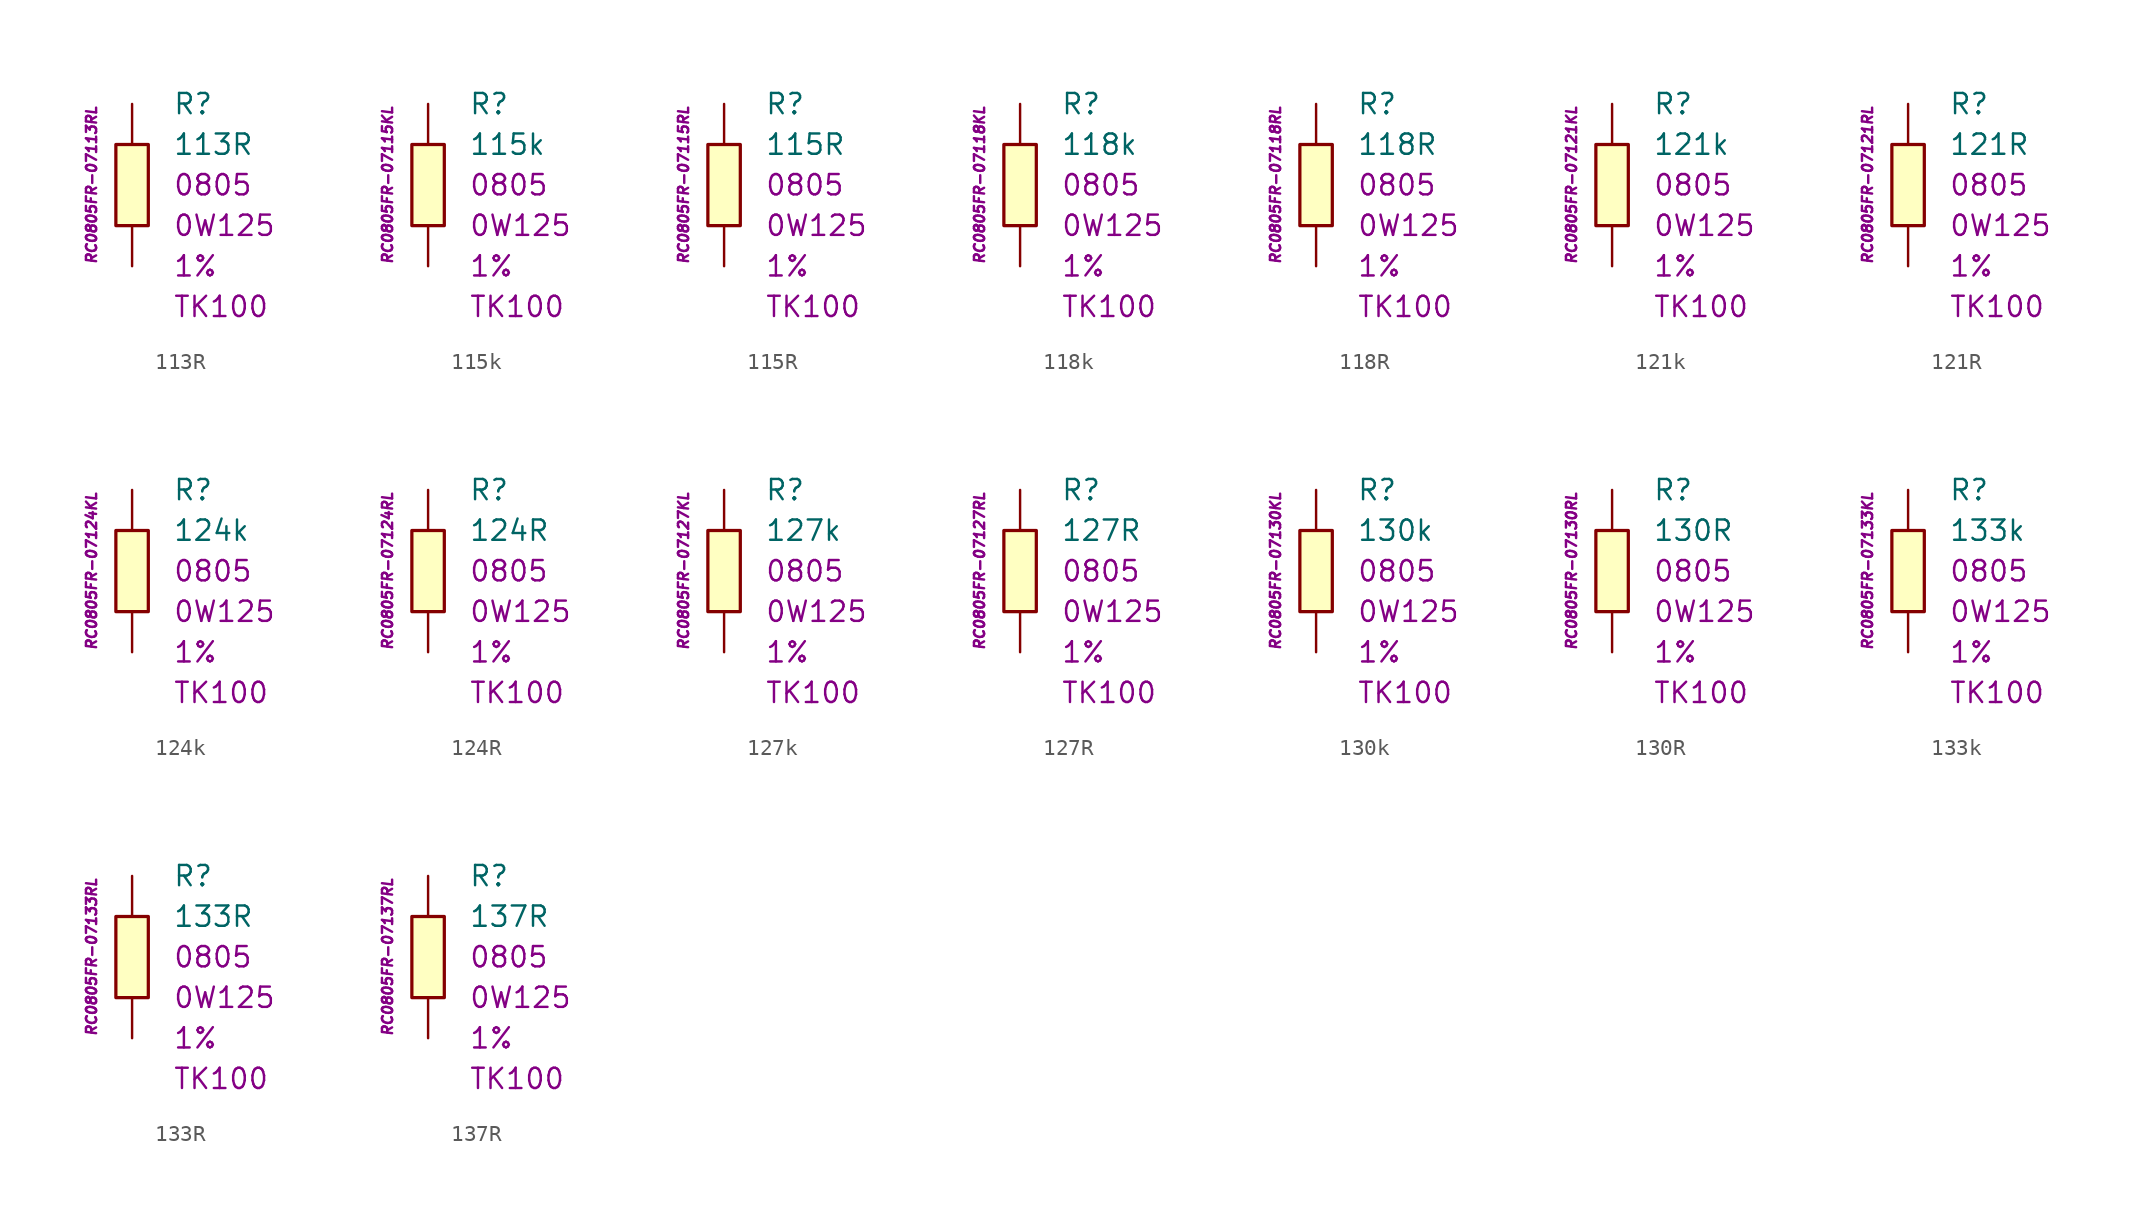
<source format=kicad_sym>
(kicad_symbol_lib
  (version 20201005)
  (generator kicad_symbol_editor)
  (symbol "113R"
    (pin_numbers hide)
    (pin_names
      (offset 1.016) hide)
    (property "Reference" "R"
      (at 2.54 5.08 0)
      (effects (font (size 1.27 1.27)) (justify left)))
    (property "Value" "113R"
      (at 2.54 2.54 0)
      (effects (font (size 1.27 1.27)) (justify left)))
    (property "Package" "0805"
      (at 2.54 0 0)
      (effects (font (size 1.27 1.27)) (justify left)))
    (property "Power" "0W125"
      (at 2.54 -2.54 0)
      (effects (font (size 1.27 1.27)) (justify left)))
    (property "Tolerance" "1%"
      (at 2.54 -5.08 0)
      (effects (font (size 1.27 1.27)) (justify left)))
    (property "TK" "TK100"
      (at 2.54 -7.62 0)
      (effects (font (size 1.27 1.27)) (justify left)))
    (property "ID" "RC0805FR-07113RL"
      (at -2.54 0 90)
      (effects (font (size 0.635 0.635) italic)))
    (symbol "113R_0_1"
      (rectangle (start -1.016 2.54) (end 1.016 -2.54) (stroke (width 0.203)) (fill (type background))))
    (symbol "113R_1_1"
      (pin passive line (at 0 5.08 270) (length 2.54) (name "~" (effects (font (size 1.778 1.778)))) (number "1" (effects (font (size 1.778 1.778)))))
      (pin passive line (at 0 -5.08 90) (length 2.54) (name "~" (effects (font (size 1.778 1.778)))) (number "2" (effects (font (size 1.778 1.778)))))))
  (symbol "115k"
    (pin_numbers hide)
    (pin_names
      (offset 1.016) hide)
    (property "Reference" "R"
      (at 2.54 5.08 0)
      (effects (font (size 1.27 1.27)) (justify left)))
    (property "Value" "115k"
      (at 2.54 2.54 0)
      (effects (font (size 1.27 1.27)) (justify left)))
    (property "Package" "0805"
      (at 2.54 0 0)
      (effects (font (size 1.27 1.27)) (justify left)))
    (property "Power" "0W125"
      (at 2.54 -2.54 0)
      (effects (font (size 1.27 1.27)) (justify left)))
    (property "Tolerance" "1%"
      (at 2.54 -5.08 0)
      (effects (font (size 1.27 1.27)) (justify left)))
    (property "TK" "TK100"
      (at 2.54 -7.62 0)
      (effects (font (size 1.27 1.27)) (justify left)))
    (property "ID" "RC0805FR-07115KL"
      (at -2.54 0 90)
      (effects (font (size 0.635 0.635) italic)))
    (symbol "115k_0_1"
      (rectangle (start -1.016 2.54) (end 1.016 -2.54) (stroke (width 0.203)) (fill (type background))))
    (symbol "115k_1_1"
      (pin passive line (at 0 5.08 270) (length 2.54) (name "~" (effects (font (size 1.778 1.778)))) (number "1" (effects (font (size 1.778 1.778)))))
      (pin passive line (at 0 -5.08 90) (length 2.54) (name "~" (effects (font (size 1.778 1.778)))) (number "2" (effects (font (size 1.778 1.778)))))))
  (symbol "115R"
    (pin_numbers hide)
    (pin_names
      (offset 1.016) hide)
    (property "Reference" "R"
      (at 2.54 5.08 0)
      (effects (font (size 1.27 1.27)) (justify left)))
    (property "Value" "115R"
      (at 2.54 2.54 0)
      (effects (font (size 1.27 1.27)) (justify left)))
    (property "Package" "0805"
      (at 2.54 0 0)
      (effects (font (size 1.27 1.27)) (justify left)))
    (property "Power" "0W125"
      (at 2.54 -2.54 0)
      (effects (font (size 1.27 1.27)) (justify left)))
    (property "Tolerance" "1%"
      (at 2.54 -5.08 0)
      (effects (font (size 1.27 1.27)) (justify left)))
    (property "TK" "TK100"
      (at 2.54 -7.62 0)
      (effects (font (size 1.27 1.27)) (justify left)))
    (property "ID" "RC0805FR-07115RL"
      (at -2.54 0 90)
      (effects (font (size 0.635 0.635) italic)))
    (symbol "115R_0_1"
      (rectangle (start -1.016 2.54) (end 1.016 -2.54) (stroke (width 0.203)) (fill (type background))))
    (symbol "115R_1_1"
      (pin passive line (at 0 5.08 270) (length 2.54) (name "~" (effects (font (size 1.778 1.778)))) (number "1" (effects (font (size 1.778 1.778)))))
      (pin passive line (at 0 -5.08 90) (length 2.54) (name "~" (effects (font (size 1.778 1.778)))) (number "2" (effects (font (size 1.778 1.778)))))))
  (symbol "118k"
    (pin_numbers hide)
    (pin_names
      (offset 1.016) hide)
    (property "Reference" "R"
      (at 2.54 5.08 0)
      (effects (font (size 1.27 1.27)) (justify left)))
    (property "Value" "118k"
      (at 2.54 2.54 0)
      (effects (font (size 1.27 1.27)) (justify left)))
    (property "Package" "0805"
      (at 2.54 0 0)
      (effects (font (size 1.27 1.27)) (justify left)))
    (property "Power" "0W125"
      (at 2.54 -2.54 0)
      (effects (font (size 1.27 1.27)) (justify left)))
    (property "Tolerance" "1%"
      (at 2.54 -5.08 0)
      (effects (font (size 1.27 1.27)) (justify left)))
    (property "TK" "TK100"
      (at 2.54 -7.62 0)
      (effects (font (size 1.27 1.27)) (justify left)))
    (property "ID" "RC0805FR-07118KL"
      (at -2.54 0 90)
      (effects (font (size 0.635 0.635) italic)))
    (symbol "118k_0_1"
      (rectangle (start -1.016 2.54) (end 1.016 -2.54) (stroke (width 0.203)) (fill (type background))))
    (symbol "118k_1_1"
      (pin passive line (at 0 5.08 270) (length 2.54) (name "~" (effects (font (size 1.778 1.778)))) (number "1" (effects (font (size 1.778 1.778)))))
      (pin passive line (at 0 -5.08 90) (length 2.54) (name "~" (effects (font (size 1.778 1.778)))) (number "2" (effects (font (size 1.778 1.778)))))))
  (symbol "118R"
    (pin_numbers hide)
    (pin_names
      (offset 1.016) hide)
    (property "Reference" "R"
      (at 2.54 5.08 0)
      (effects (font (size 1.27 1.27)) (justify left)))
    (property "Value" "118R"
      (at 2.54 2.54 0)
      (effects (font (size 1.27 1.27)) (justify left)))
    (property "Package" "0805"
      (at 2.54 0 0)
      (effects (font (size 1.27 1.27)) (justify left)))
    (property "Power" "0W125"
      (at 2.54 -2.54 0)
      (effects (font (size 1.27 1.27)) (justify left)))
    (property "Tolerance" "1%"
      (at 2.54 -5.08 0)
      (effects (font (size 1.27 1.27)) (justify left)))
    (property "TK" "TK100"
      (at 2.54 -7.62 0)
      (effects (font (size 1.27 1.27)) (justify left)))
    (property "ID" "RC0805FR-07118RL"
      (at -2.54 0 90)
      (effects (font (size 0.635 0.635) italic)))
    (symbol "118R_0_1"
      (rectangle (start -1.016 2.54) (end 1.016 -2.54) (stroke (width 0.203)) (fill (type background))))
    (symbol "118R_1_1"
      (pin passive line (at 0 5.08 270) (length 2.54) (name "~" (effects (font (size 1.778 1.778)))) (number "1" (effects (font (size 1.778 1.778)))))
      (pin passive line (at 0 -5.08 90) (length 2.54) (name "~" (effects (font (size 1.778 1.778)))) (number "2" (effects (font (size 1.778 1.778)))))))
  (symbol "121k"
    (pin_numbers hide)
    (pin_names
      (offset 1.016) hide)
    (property "Reference" "R"
      (at 2.54 5.08 0)
      (effects (font (size 1.27 1.27)) (justify left)))
    (property "Value" "121k"
      (at 2.54 2.54 0)
      (effects (font (size 1.27 1.27)) (justify left)))
    (property "Package" "0805"
      (at 2.54 0 0)
      (effects (font (size 1.27 1.27)) (justify left)))
    (property "Power" "0W125"
      (at 2.54 -2.54 0)
      (effects (font (size 1.27 1.27)) (justify left)))
    (property "Tolerance" "1%"
      (at 2.54 -5.08 0)
      (effects (font (size 1.27 1.27)) (justify left)))
    (property "TK" "TK100"
      (at 2.54 -7.62 0)
      (effects (font (size 1.27 1.27)) (justify left)))
    (property "ID" "RC0805FR-07121KL"
      (at -2.54 0 90)
      (effects (font (size 0.635 0.635) italic)))
    (symbol "121k_0_1"
      (rectangle (start -1.016 2.54) (end 1.016 -2.54) (stroke (width 0.203)) (fill (type background))))
    (symbol "121k_1_1"
      (pin passive line (at 0 5.08 270) (length 2.54) (name "~" (effects (font (size 1.778 1.778)))) (number "1" (effects (font (size 1.778 1.778)))))
      (pin passive line (at 0 -5.08 90) (length 2.54) (name "~" (effects (font (size 1.778 1.778)))) (number "2" (effects (font (size 1.778 1.778)))))))
  (symbol "121R"
    (pin_numbers hide)
    (pin_names
      (offset 1.016) hide)
    (property "Reference" "R"
      (at 2.54 5.08 0)
      (effects (font (size 1.27 1.27)) (justify left)))
    (property "Value" "121R"
      (at 2.54 2.54 0)
      (effects (font (size 1.27 1.27)) (justify left)))
    (property "Package" "0805"
      (at 2.54 0 0)
      (effects (font (size 1.27 1.27)) (justify left)))
    (property "Power" "0W125"
      (at 2.54 -2.54 0)
      (effects (font (size 1.27 1.27)) (justify left)))
    (property "Tolerance" "1%"
      (at 2.54 -5.08 0)
      (effects (font (size 1.27 1.27)) (justify left)))
    (property "TK" "TK100"
      (at 2.54 -7.62 0)
      (effects (font (size 1.27 1.27)) (justify left)))
    (property "ID" "RC0805FR-07121RL"
      (at -2.54 0 90)
      (effects (font (size 0.635 0.635) italic)))
    (symbol "121R_0_1"
      (rectangle (start -1.016 2.54) (end 1.016 -2.54) (stroke (width 0.203)) (fill (type background))))
    (symbol "121R_1_1"
      (pin passive line (at 0 5.08 270) (length 2.54) (name "~" (effects (font (size 1.778 1.778)))) (number "1" (effects (font (size 1.778 1.778)))))
      (pin passive line (at 0 -5.08 90) (length 2.54) (name "~" (effects (font (size 1.778 1.778)))) (number "2" (effects (font (size 1.778 1.778)))))))
  (symbol "124k"
    (pin_numbers hide)
    (pin_names
      (offset 1.016) hide)
    (property "Reference" "R"
      (at 2.54 5.08 0)
      (effects (font (size 1.27 1.27)) (justify left)))
    (property "Value" "124k"
      (at 2.54 2.54 0)
      (effects (font (size 1.27 1.27)) (justify left)))
    (property "Package" "0805"
      (at 2.54 0 0)
      (effects (font (size 1.27 1.27)) (justify left)))
    (property "Power" "0W125"
      (at 2.54 -2.54 0)
      (effects (font (size 1.27 1.27)) (justify left)))
    (property "Tolerance" "1%"
      (at 2.54 -5.08 0)
      (effects (font (size 1.27 1.27)) (justify left)))
    (property "TK" "TK100"
      (at 2.54 -7.62 0)
      (effects (font (size 1.27 1.27)) (justify left)))
    (property "ID" "RC0805FR-07124KL"
      (at -2.54 0 90)
      (effects (font (size 0.635 0.635) italic)))
    (symbol "124k_0_1"
      (rectangle (start -1.016 2.54) (end 1.016 -2.54) (stroke (width 0.203)) (fill (type background))))
    (symbol "124k_1_1"
      (pin passive line (at 0 5.08 270) (length 2.54) (name "~" (effects (font (size 1.778 1.778)))) (number "1" (effects (font (size 1.778 1.778)))))
      (pin passive line (at 0 -5.08 90) (length 2.54) (name "~" (effects (font (size 1.778 1.778)))) (number "2" (effects (font (size 1.778 1.778)))))))
  (symbol "124R"
    (pin_numbers hide)
    (pin_names
      (offset 1.016) hide)
    (property "Reference" "R"
      (at 2.54 5.08 0)
      (effects (font (size 1.27 1.27)) (justify left)))
    (property "Value" "124R"
      (at 2.54 2.54 0)
      (effects (font (size 1.27 1.27)) (justify left)))
    (property "Package" "0805"
      (at 2.54 0 0)
      (effects (font (size 1.27 1.27)) (justify left)))
    (property "Power" "0W125"
      (at 2.54 -2.54 0)
      (effects (font (size 1.27 1.27)) (justify left)))
    (property "Tolerance" "1%"
      (at 2.54 -5.08 0)
      (effects (font (size 1.27 1.27)) (justify left)))
    (property "TK" "TK100"
      (at 2.54 -7.62 0)
      (effects (font (size 1.27 1.27)) (justify left)))
    (property "ID" "RC0805FR-07124RL"
      (at -2.54 0 90)
      (effects (font (size 0.635 0.635) italic)))
    (symbol "124R_0_1"
      (rectangle (start -1.016 2.54) (end 1.016 -2.54) (stroke (width 0.203)) (fill (type background))))
    (symbol "124R_1_1"
      (pin passive line (at 0 5.08 270) (length 2.54) (name "~" (effects (font (size 1.778 1.778)))) (number "1" (effects (font (size 1.778 1.778)))))
      (pin passive line (at 0 -5.08 90) (length 2.54) (name "~" (effects (font (size 1.778 1.778)))) (number "2" (effects (font (size 1.778 1.778)))))))
  (symbol "127k"
    (pin_numbers hide)
    (pin_names
      (offset 1.016) hide)
    (property "Reference" "R"
      (at 2.54 5.08 0)
      (effects (font (size 1.27 1.27)) (justify left)))
    (property "Value" "127k"
      (at 2.54 2.54 0)
      (effects (font (size 1.27 1.27)) (justify left)))
    (property "Package" "0805"
      (at 2.54 0 0)
      (effects (font (size 1.27 1.27)) (justify left)))
    (property "Power" "0W125"
      (at 2.54 -2.54 0)
      (effects (font (size 1.27 1.27)) (justify left)))
    (property "Tolerance" "1%"
      (at 2.54 -5.08 0)
      (effects (font (size 1.27 1.27)) (justify left)))
    (property "TK" "TK100"
      (at 2.54 -7.62 0)
      (effects (font (size 1.27 1.27)) (justify left)))
    (property "ID" "RC0805FR-07127KL"
      (at -2.54 0 90)
      (effects (font (size 0.635 0.635) italic)))
    (symbol "127k_0_1"
      (rectangle (start -1.016 2.54) (end 1.016 -2.54) (stroke (width 0.203)) (fill (type background))))
    (symbol "127k_1_1"
      (pin passive line (at 0 5.08 270) (length 2.54) (name "~" (effects (font (size 1.778 1.778)))) (number "1" (effects (font (size 1.778 1.778)))))
      (pin passive line (at 0 -5.08 90) (length 2.54) (name "~" (effects (font (size 1.778 1.778)))) (number "2" (effects (font (size 1.778 1.778)))))))
  (symbol "127R"
    (pin_numbers hide)
    (pin_names
      (offset 1.016) hide)
    (property "Reference" "R"
      (at 2.54 5.08 0)
      (effects (font (size 1.27 1.27)) (justify left)))
    (property "Value" "127R"
      (at 2.54 2.54 0)
      (effects (font (size 1.27 1.27)) (justify left)))
    (property "Package" "0805"
      (at 2.54 0 0)
      (effects (font (size 1.27 1.27)) (justify left)))
    (property "Power" "0W125"
      (at 2.54 -2.54 0)
      (effects (font (size 1.27 1.27)) (justify left)))
    (property "Tolerance" "1%"
      (at 2.54 -5.08 0)
      (effects (font (size 1.27 1.27)) (justify left)))
    (property "TK" "TK100"
      (at 2.54 -7.62 0)
      (effects (font (size 1.27 1.27)) (justify left)))
    (property "ID" "RC0805FR-07127RL"
      (at -2.54 0 90)
      (effects (font (size 0.635 0.635) italic)))
    (symbol "127R_0_1"
      (rectangle (start -1.016 2.54) (end 1.016 -2.54) (stroke (width 0.203)) (fill (type background))))
    (symbol "127R_1_1"
      (pin passive line (at 0 5.08 270) (length 2.54) (name "~" (effects (font (size 1.778 1.778)))) (number "1" (effects (font (size 1.778 1.778)))))
      (pin passive line (at 0 -5.08 90) (length 2.54) (name "~" (effects (font (size 1.778 1.778)))) (number "2" (effects (font (size 1.778 1.778)))))))
  (symbol "130k"
    (pin_numbers hide)
    (pin_names
      (offset 1.016) hide)
    (property "Reference" "R"
      (at 2.54 5.08 0)
      (effects (font (size 1.27 1.27)) (justify left)))
    (property "Value" "130k"
      (at 2.54 2.54 0)
      (effects (font (size 1.27 1.27)) (justify left)))
    (property "Package" "0805"
      (at 2.54 0 0)
      (effects (font (size 1.27 1.27)) (justify left)))
    (property "Power" "0W125"
      (at 2.54 -2.54 0)
      (effects (font (size 1.27 1.27)) (justify left)))
    (property "Tolerance" "1%"
      (at 2.54 -5.08 0)
      (effects (font (size 1.27 1.27)) (justify left)))
    (property "TK" "TK100"
      (at 2.54 -7.62 0)
      (effects (font (size 1.27 1.27)) (justify left)))
    (property "ID" "RC0805FR-07130KL"
      (at -2.54 0 90)
      (effects (font (size 0.635 0.635) italic)))
    (symbol "130k_0_1"
      (rectangle (start -1.016 2.54) (end 1.016 -2.54) (stroke (width 0.203)) (fill (type background))))
    (symbol "130k_1_1"
      (pin passive line (at 0 5.08 270) (length 2.54) (name "~" (effects (font (size 1.778 1.778)))) (number "1" (effects (font (size 1.778 1.778)))))
      (pin passive line (at 0 -5.08 90) (length 2.54) (name "~" (effects (font (size 1.778 1.778)))) (number "2" (effects (font (size 1.778 1.778)))))))
  (symbol "130R"
    (pin_numbers hide)
    (pin_names
      (offset 1.016) hide)
    (property "Reference" "R"
      (at 2.54 5.08 0)
      (effects (font (size 1.27 1.27)) (justify left)))
    (property "Value" "130R"
      (at 2.54 2.54 0)
      (effects (font (size 1.27 1.27)) (justify left)))
    (property "Package" "0805"
      (at 2.54 0 0)
      (effects (font (size 1.27 1.27)) (justify left)))
    (property "Power" "0W125"
      (at 2.54 -2.54 0)
      (effects (font (size 1.27 1.27)) (justify left)))
    (property "Tolerance" "1%"
      (at 2.54 -5.08 0)
      (effects (font (size 1.27 1.27)) (justify left)))
    (property "TK" "TK100"
      (at 2.54 -7.62 0)
      (effects (font (size 1.27 1.27)) (justify left)))
    (property "ID" "RC0805FR-07130RL"
      (at -2.54 0 90)
      (effects (font (size 0.635 0.635) italic)))
    (symbol "130R_0_1"
      (rectangle (start -1.016 2.54) (end 1.016 -2.54) (stroke (width 0.203)) (fill (type background))))
    (symbol "130R_1_1"
      (pin passive line (at 0 5.08 270) (length 2.54) (name "~" (effects (font (size 1.778 1.778)))) (number "1" (effects (font (size 1.778 1.778)))))
      (pin passive line (at 0 -5.08 90) (length 2.54) (name "~" (effects (font (size 1.778 1.778)))) (number "2" (effects (font (size 1.778 1.778)))))))
  (symbol "133k"
    (pin_numbers hide)
    (pin_names
      (offset 1.016) hide)
    (property "Reference" "R"
      (at 2.54 5.08 0)
      (effects (font (size 1.27 1.27)) (justify left)))
    (property "Value" "133k"
      (at 2.54 2.54 0)
      (effects (font (size 1.27 1.27)) (justify left)))
    (property "Package" "0805"
      (at 2.54 0 0)
      (effects (font (size 1.27 1.27)) (justify left)))
    (property "Power" "0W125"
      (at 2.54 -2.54 0)
      (effects (font (size 1.27 1.27)) (justify left)))
    (property "Tolerance" "1%"
      (at 2.54 -5.08 0)
      (effects (font (size 1.27 1.27)) (justify left)))
    (property "TK" "TK100"
      (at 2.54 -7.62 0)
      (effects (font (size 1.27 1.27)) (justify left)))
    (property "ID" "RC0805FR-07133KL"
      (at -2.54 0 90)
      (effects (font (size 0.635 0.635) italic)))
    (symbol "133k_0_1"
      (rectangle (start -1.016 2.54) (end 1.016 -2.54) (stroke (width 0.203)) (fill (type background))))
    (symbol "133k_1_1"
      (pin passive line (at 0 5.08 270) (length 2.54) (name "~" (effects (font (size 1.778 1.778)))) (number "1" (effects (font (size 1.778 1.778)))))
      (pin passive line (at 0 -5.08 90) (length 2.54) (name "~" (effects (font (size 1.778 1.778)))) (number "2" (effects (font (size 1.778 1.778)))))))
  (symbol "133R"
    (pin_numbers hide)
    (pin_names
      (offset 1.016) hide)
    (property "Reference" "R"
      (at 2.54 5.08 0)
      (effects (font (size 1.27 1.27)) (justify left)))
    (property "Value" "133R"
      (at 2.54 2.54 0)
      (effects (font (size 1.27 1.27)) (justify left)))
    (property "Package" "0805"
      (at 2.54 0 0)
      (effects (font (size 1.27 1.27)) (justify left)))
    (property "Power" "0W125"
      (at 2.54 -2.54 0)
      (effects (font (size 1.27 1.27)) (justify left)))
    (property "Tolerance" "1%"
      (at 2.54 -5.08 0)
      (effects (font (size 1.27 1.27)) (justify left)))
    (property "TK" "TK100"
      (at 2.54 -7.62 0)
      (effects (font (size 1.27 1.27)) (justify left)))
    (property "ID" "RC0805FR-07133RL"
      (at -2.54 0 90)
      (effects (font (size 0.635 0.635) italic)))
    (symbol "133R_0_1"
      (rectangle (start -1.016 2.54) (end 1.016 -2.54) (stroke (width 0.203)) (fill (type background))))
    (symbol "133R_1_1"
      (pin passive line (at 0 5.08 270) (length 2.54) (name "~" (effects (font (size 1.778 1.778)))) (number "1" (effects (font (size 1.778 1.778)))))
      (pin passive line (at 0 -5.08 90) (length 2.54) (name "~" (effects (font (size 1.778 1.778)))) (number "2" (effects (font (size 1.778 1.778)))))))
  (symbol "137R"
    (pin_numbers hide)
    (pin_names
      (offset 1.016) hide)
    (property "Reference" "R"
      (at 2.54 5.08 0)
      (effects (font (size 1.27 1.27)) (justify left)))
    (property "Value" "137R"
      (at 2.54 2.54 0)
      (effects (font (size 1.27 1.27)) (justify left)))
    (property "Package" "0805"
      (at 2.54 0 0)
      (effects (font (size 1.27 1.27)) (justify left)))
    (property "Power" "0W125"
      (at 2.54 -2.54 0)
      (effects (font (size 1.27 1.27)) (justify left)))
    (property "Tolerance" "1%"
      (at 2.54 -5.08 0)
      (effects (font (size 1.27 1.27)) (justify left)))
    (property "TK" "TK100"
      (at 2.54 -7.62 0)
      (effects (font (size 1.27 1.27)) (justify left)))
    (property "ID" "RC0805FR-07137RL"
      (at -2.54 0 90)
      (effects (font (size 0.635 0.635) italic)))
    (symbol "137R_0_1"
      (rectangle (start -1.016 2.54) (end 1.016 -2.54) (stroke (width 0.203)) (fill (type background))))
    (symbol "137R_1_1"
      (pin passive line (at 0 5.08 270) (length 2.54) (name "~" (effects (font (size 1.778 1.778)))) (number "1" (effects (font (size 1.778 1.778)))))
      (pin passive line (at 0 -5.08 90) (length 2.54) (name "~" (effects (font (size 1.778 1.778)))) (number "2" (effects (font (size 1.778 1.778))))))))
</source>
